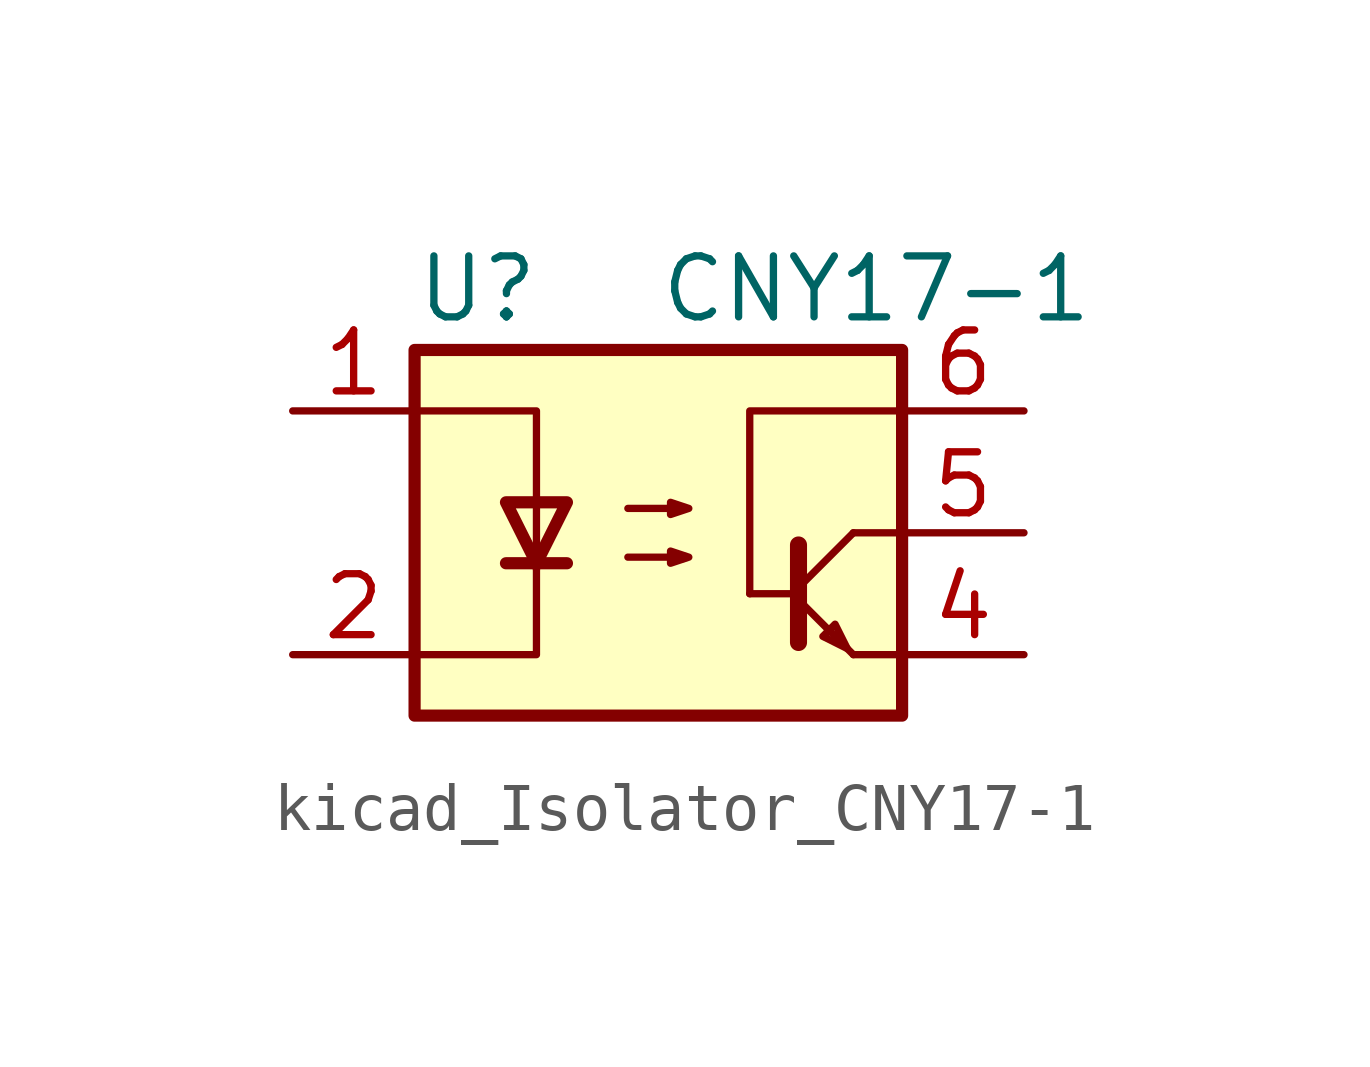
<source format=kicad_sym>
(kicad_symbol_lib
  (version 20220914)
  (generator kicad_symbol_editor)
  (symbol "kicad_Isolator_CNY17-1"
    (pin_names
      (offset 1.016))
    (property "Reference" "U"
      (at -5.08 5.08 0)
      (effects (font (size 1.27 1.27)) (justify left)))
    (property "Value" "CNY17-1"
      (at 0 5.08 0)
      (effects (font (size 1.27 1.27)) (justify left)))
    (symbol "kicad_Isolator_CNY17-1_0_1"
      (rectangle (start -5.08 3.81) (end 5.08 -3.81) (stroke (width 0.254) (type default)) (fill (type background)))
      (polyline (pts (xy -3.175 -0.635) (xy -1.905 -0.635)) (stroke (width 0.254) (type default)) (fill (type none)))
      (polyline (pts (xy 2.921 -1.397) (xy 4.064 -2.54)) (stroke (width 0) (type default)) (fill (type none)))
      (polyline (pts (xy 2.921 -1.27) (xy 1.905 -1.27)) (stroke (width 0) (type default)) (fill (type none)))
      (polyline (pts (xy 2.921 -1.143) (xy 4.064 0)) (stroke (width 0) (type default)) (fill (type none)))
      (polyline (pts (xy 4.064 -2.54) (xy 5.08 -2.54)) (stroke (width 0) (type default)) (fill (type none)))
      (polyline (pts (xy 5.08 0) (xy 4.064 0)) (stroke (width 0) (type default)) (fill (type none)))
      (polyline (pts (xy -5.08 2.54) (xy -2.54 2.54) (xy -2.54 -0.762)) (stroke (width 0) (type default)) (fill (type none)))
      (polyline (pts (xy -2.54 -0.635) (xy -2.54 -2.54) (xy -5.08 -2.54)) (stroke (width 0) (type default)) (fill (type none)))
      (polyline (pts (xy 1.905 -1.27) (xy 1.905 2.54) (xy 5.08 2.54)) (stroke (width 0) (type default)) (fill (type none)))
      (polyline (pts (xy 2.921 -0.254) (xy 2.921 -2.286) (xy 2.921 -2.286)) (stroke (width 0.356) (type default)) (fill (type none)))
      (polyline (pts (xy -2.54 -0.635) (xy -3.175 0.635) (xy -1.905 0.635) (xy -2.54 -0.635)) (stroke (width 0.254) (type default)) (fill (type none)))
      (polyline (pts (xy 3.937 -2.413) (xy 3.683 -1.905) (xy 3.429 -2.159) (xy 3.937 -2.413)) (stroke (width 0) (type default)) (fill (type none)))
      (polyline (pts (xy -0.635 -0.508) (xy 0.635 -0.508) (xy 0.254 -0.635) (xy 0.254 -0.381) (xy 0.635 -0.508)) (stroke (width 0) (type default)) (fill (type none)))
      (polyline (pts (xy -0.635 0.508) (xy 0.635 0.508) (xy 0.254 0.381) (xy 0.254 0.635) (xy 0.635 0.508)) (stroke (width 0) (type default)) (fill (type none))))
    (symbol "kicad_Isolator_CNY17-1_1_1"
      (pin passive line (at -7.62 2.54 0) (length 2.54) (name "~" (effects (font (size 1.27 1.27)))) (number "1" (effects (font (size 1.27 1.27)))))
      (pin passive line (at -7.62 -2.54 0) (length 2.54) (name "~" (effects (font (size 1.27 1.27)))) (number "2" (effects (font (size 1.27 1.27)))))
      (pin no_connect line (at -5.08 0 0) (length 2.54) hide (name "NC" (effects (font (size 1.27 1.27)))) (number "3" (effects (font (size 1.27 1.27)))))
      (pin passive line (at 7.62 -2.54 180) (length 2.54) (name "~" (effects (font (size 1.27 1.27)))) (number "4" (effects (font (size 1.27 1.27)))))
      (pin passive line (at 7.62 0 180) (length 2.54) (name "~" (effects (font (size 1.27 1.27)))) (number "5" (effects (font (size 1.27 1.27)))))
      (pin passive line (at 7.62 2.54 180) (length 2.54) (name "~" (effects (font (size 1.27 1.27)))) (number "6" (effects (font (size 1.27 1.27))))))))
</source>
